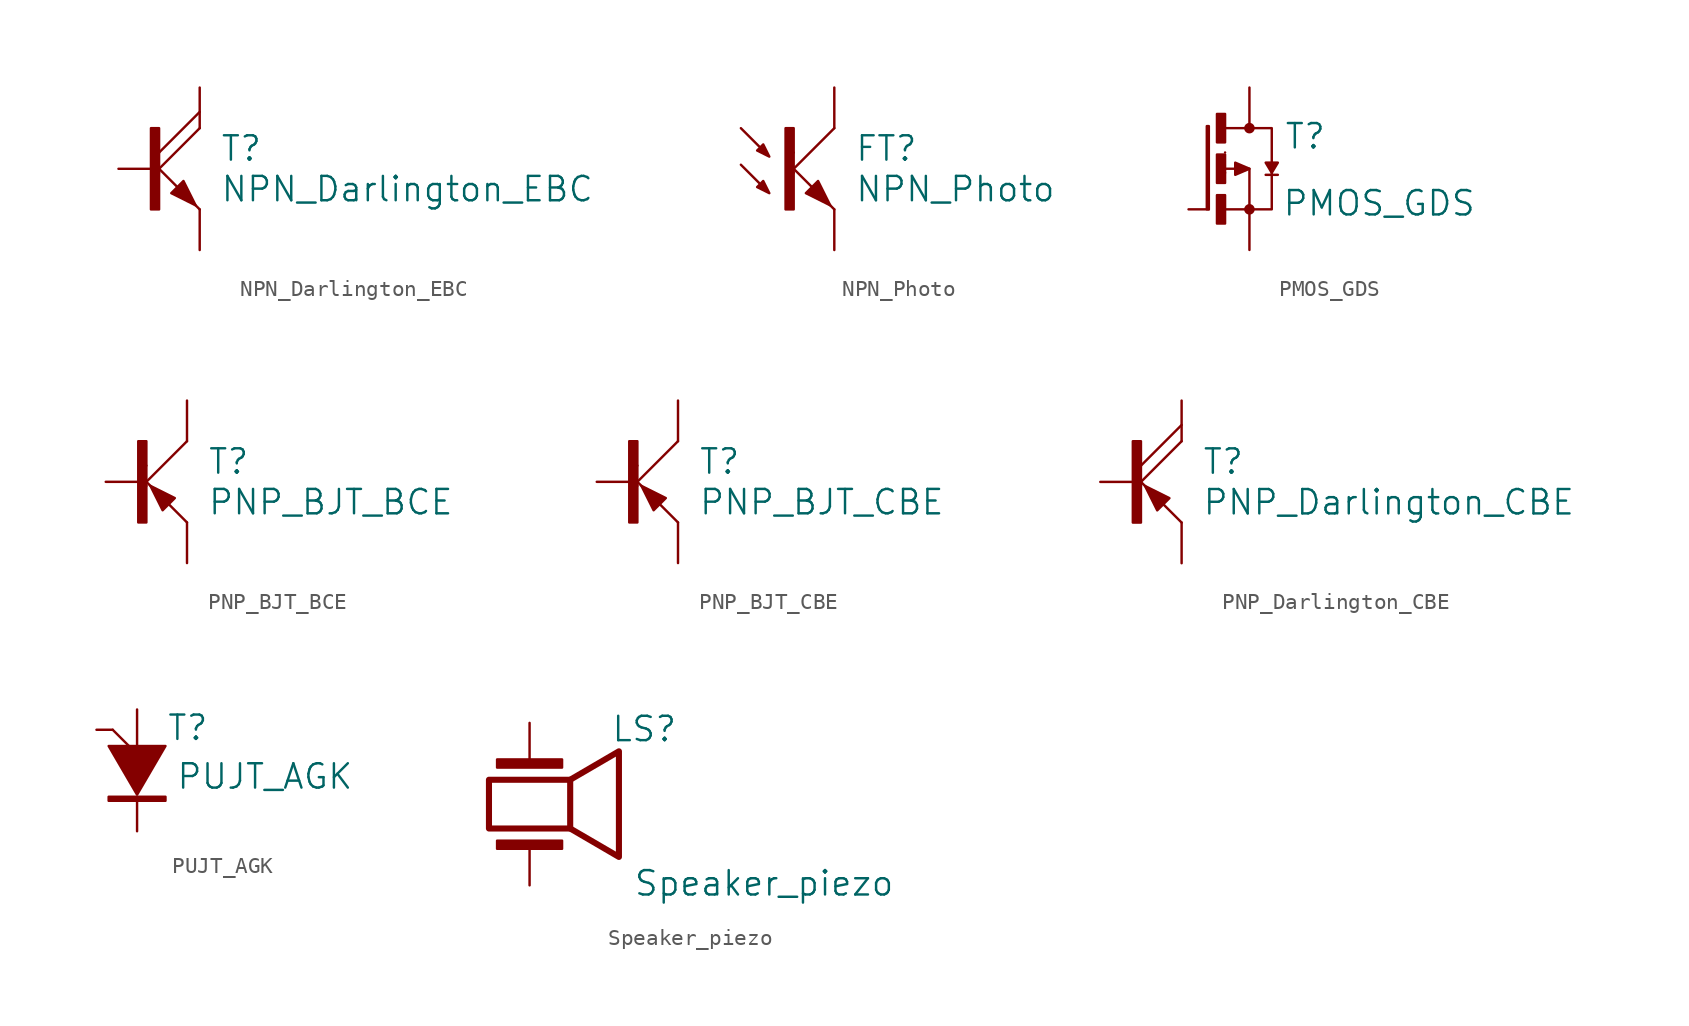
<source format=kicad_sym>
(kicad_symbol_lib
  (version 20211014)
  (generator kicad_symbol_editor)
  (symbol "NPN_Darlington_EBC"
    (pin_numbers hide)
    (pin_names
      (offset 0) hide)
    (property "Reference" "T"
      (at 3.81 1.27 0)
      (effects (font (size 1.524 1.524)) (justify left)))
    (property "Value" "NPN_Darlington_EBC"
      (at 3.81 -1.27 0)
      (effects (font (size 1.524 1.524)) (justify left)))
    (symbol "NPN_Darlington_EBC_0_1"
      (rectangle (start -0.508 2.54) (end 0 -2.54) (stroke (width 0) (type default) (color 0 0 0 0)) (fill (type outline)))
      (rectangle (start 0 -0.254) (end 0 -0.254) (stroke (width 0) (type default) (color 0 0 0 0)) (fill (type none)))
      (polyline (pts (xy 0 0) (xy 2.54 -2.54)) (stroke (width 0) (type default) (color 0 0 0 0)) (fill (type none)))
      (polyline (pts (xy 0 0) (xy 2.54 2.54)) (stroke (width 0) (type default) (color 0 0 0 0)) (fill (type none)))
      (polyline (pts (xy 0 1.016) (xy 2.54 3.556)) (stroke (width 0) (type default) (color 0 0 0 0)) (fill (type none)))
      (polyline (pts (xy 2.286 -2.286) (xy 1.524 -0.762) (xy 0.762 -1.524) (xy 2.286 -2.286)) (stroke (width 0) (type default) (color 0 0 0 0)) (fill (type outline)))
      (rectangle (start 0 1.016) (end 0 1.016) (stroke (width 0) (type default) (color 0 0 0 0)) (fill (type none))))
    (symbol "NPN_Darlington_EBC_1_1"
      (pin passive line (at 2.54 -5.08 90) (length 2.54) (name "E" (effects (font (size 1.27 1.27)))) (number "1" (effects (font (size 1.27 1.27)))))
      (pin input line (at -2.54 0 0) (length 2.54) (name "B" (effects (font (size 1.27 1.27)))) (number "2" (effects (font (size 1.27 1.27)))))
      (pin passive line (at 2.54 5.08 270) (length 2.54) (name "C" (effects (font (size 1.27 1.27)))) (number "3" (effects (font (size 1.27 1.27)))))))
  (symbol "NPN_Photo"
    (pin_numbers hide)
    (pin_names
      (offset 0) hide)
    (property "Reference" "FT"
      (at 3.81 1.27 0)
      (effects (font (size 1.524 1.524)) (justify left)))
    (property "Value" "NPN_Photo"
      (at 3.81 -1.27 0)
      (effects (font (size 1.524 1.524)) (justify left)))
    (symbol "NPN_Photo_0_1"
      (rectangle (start -0.508 2.54) (end 0 -2.54) (stroke (width 0) (type default) (color 0 0 0 0)) (fill (type outline)))
      (rectangle (start 0 -0.254) (end 0 -0.254) (stroke (width 0) (type default) (color 0 0 0 0)) (fill (type none)))
      (polyline (pts (xy -3.302 0.254) (xy -2.159 -0.889)) (stroke (width 0.152) (type default) (color 0 0 0 0)) (fill (type none)))
      (polyline (pts (xy -3.302 2.54) (xy -2.159 1.397)) (stroke (width 0.152) (type default) (color 0 0 0 0)) (fill (type none)))
      (polyline (pts (xy 0 0) (xy 2.54 -2.54)) (stroke (width 0) (type default) (color 0 0 0 0)) (fill (type none)))
      (polyline (pts (xy 0 0) (xy 2.54 2.54)) (stroke (width 0) (type default) (color 0 0 0 0)) (fill (type none)))
      (polyline (pts (xy -1.524 -1.524) (xy -1.905 -0.762) (xy -2.286 -1.143) (xy -1.524 -1.524)) (stroke (width 0) (type default) (color 0 0 0 0)) (fill (type outline)))
      (polyline (pts (xy -1.524 0.762) (xy -1.905 1.524) (xy -2.286 1.143) (xy -1.524 0.762)) (stroke (width 0) (type default) (color 0 0 0 0)) (fill (type outline)))
      (polyline (pts (xy 2.286 -2.286) (xy 1.524 -0.762) (xy 0.762 -1.524) (xy 2.286 -2.286)) (stroke (width 0) (type default) (color 0 0 0 0)) (fill (type outline)))
      (rectangle (start 0 1.016) (end 0 1.016) (stroke (width 0) (type default) (color 0 0 0 0)) (fill (type none))))
    (symbol "NPN_Photo_1_1"
      (pin passive line (at 2.54 5.08 270) (length 2.54) (name "C" (effects (font (size 1.27 1.27)))) (number "1" (effects (font (size 1.27 1.27)))))
      (pin passive line (at 2.54 -5.08 90) (length 2.54) (name "E" (effects (font (size 1.27 1.27)))) (number "2" (effects (font (size 1.27 1.27)))))))
  (symbol "PMOS_GDS"
    (pin_numbers hide)
    (pin_names
      (offset 0) hide)
    (property "Reference" "T"
      (at 2.159 2.032 0)
      (effects (font (size 1.524 1.524)) (justify left)))
    (property "Value" "PMOS_GDS"
      (at 2.032 -2.159 0)
      (effects (font (size 1.524 1.524)) (justify left)))
    (symbol "PMOS_GDS_0_1"
      (rectangle (start -2.667 2.667) (end -2.54 -2.54) (stroke (width 0) (type default) (color 0 0 0 0)) (fill (type outline)))
      (rectangle (start -2.032 -1.651) (end -1.524 -3.429) (stroke (width 0) (type default) (color 0 0 0 0)) (fill (type outline)))
      (rectangle (start -2.032 0.889) (end -1.524 -0.889) (stroke (width 0) (type default) (color 0 0 0 0)) (fill (type outline)))
      (rectangle (start -2.032 3.429) (end -1.524 1.651) (stroke (width 0) (type default) (color 0 0 0 0)) (fill (type outline)))
      (rectangle (start -1.524 -0.254) (end -1.524 -0.254) (stroke (width 0) (type default) (color 0 0 0 0)) (fill (type none)))
      (rectangle (start -1.524 1.016) (end -1.524 1.016) (stroke (width 0) (type default) (color 0 0 0 0)) (fill (type none)))
      (circle (center 0 -2.54) (radius 0.254) (stroke (width 0) (type default) (color 0 0 0 0)) (fill (type outline)))
      (polyline (pts (xy -1.524 0) (xy 0 0) (xy 0 -2.54)) (stroke (width 0) (type default) (color 0 0 0 0)) (fill (type none)))
      (polyline (pts (xy -1.524 2.54) (xy 1.397 2.54) (xy 1.397 -2.54) (xy -1.524 -2.54)) (stroke (width 0) (type default) (color 0 0 0 0)) (fill (type none)))
      (polyline (pts (xy 0 0) (xy -0.889 -0.381) (xy -0.889 0.381) (xy 0 0)) (stroke (width 0) (type default) (color 0 0 0 0)) (fill (type outline)))
      (polyline (pts (xy 1.397 -0.254) (xy 1.016 0.381) (xy 1.778 0.381) (xy 1.397 -0.254)) (stroke (width 0) (type default) (color 0 0 0 0)) (fill (type outline)))
      (circle (center 0 2.54) (radius 0.254) (stroke (width 0) (type default) (color 0 0 0 0)) (fill (type outline)))
      (rectangle (start 1.778 -0.381) (end 1.016 -0.381) (stroke (width 0) (type default) (color 0 0 0 0)) (fill (type none))))
    (symbol "PMOS_GDS_1_1"
      (pin input line (at -3.81 -2.54 0) (length 1.27) (name "G" (effects (font (size 1.27 1.27)))) (number "1" (effects (font (size 1.27 1.27)))))
      (pin passive line (at 0 5.08 270) (length 2.54) (name "D" (effects (font (size 1.27 1.27)))) (number "2" (effects (font (size 1.27 1.27)))))
      (pin passive line (at 0 -5.08 90) (length 2.54) (name "S" (effects (font (size 1.27 1.27)))) (number "3" (effects (font (size 1.27 1.27)))))))
  (symbol "PNP_BJT_BCE"
    (pin_numbers hide)
    (pin_names
      (offset 0) hide)
    (property "Reference" "T"
      (at 3.81 1.27 0)
      (effects (font (size 1.524 1.524)) (justify left)))
    (property "Value" "PNP_BJT_BCE"
      (at 3.81 -1.27 0)
      (effects (font (size 1.524 1.524)) (justify left)))
    (symbol "PNP_BJT_BCE_0_1"
      (rectangle (start -0.508 2.54) (end 0 -2.54) (stroke (width 0) (type default) (color 0 0 0 0)) (fill (type outline)))
      (rectangle (start 0 -0.254) (end 0 -0.254) (stroke (width 0) (type default) (color 0 0 0 0)) (fill (type none)))
      (polyline (pts (xy 0 0) (xy 2.54 -2.54)) (stroke (width 0) (type default) (color 0 0 0 0)) (fill (type none)))
      (polyline (pts (xy 0 0) (xy 2.54 2.54)) (stroke (width 0) (type default) (color 0 0 0 0)) (fill (type none)))
      (polyline (pts (xy 0.254 -0.254) (xy 1.016 -1.778) (xy 1.778 -1.016) (xy 0.254 -0.254)) (stroke (width 0) (type default) (color 0 0 0 0)) (fill (type outline)))
      (rectangle (start 0 1.016) (end 0 1.016) (stroke (width 0) (type default) (color 0 0 0 0)) (fill (type none))))
    (symbol "PNP_BJT_BCE_1_1"
      (pin input line (at -2.54 0 0) (length 2.54) (name "B" (effects (font (size 1.27 1.27)))) (number "1" (effects (font (size 1.27 1.27)))))
      (pin passive line (at 2.54 5.08 270) (length 2.54) (name "C" (effects (font (size 1.27 1.27)))) (number "2" (effects (font (size 1.27 1.27)))))
      (pin passive line (at 2.54 -5.08 90) (length 2.54) (name "E" (effects (font (size 1.27 1.27)))) (number "3" (effects (font (size 1.27 1.27)))))))
  (symbol "PNP_BJT_CBE"
    (pin_numbers hide)
    (pin_names
      (offset 0) hide)
    (property "Reference" "T"
      (at 3.81 1.27 0)
      (effects (font (size 1.524 1.524)) (justify left)))
    (property "Value" "PNP_BJT_CBE"
      (at 3.81 -1.27 0)
      (effects (font (size 1.524 1.524)) (justify left)))
    (symbol "PNP_BJT_CBE_0_1"
      (rectangle (start -0.508 2.54) (end 0 -2.54) (stroke (width 0) (type default) (color 0 0 0 0)) (fill (type outline)))
      (rectangle (start 0 -0.254) (end 0 -0.254) (stroke (width 0) (type default) (color 0 0 0 0)) (fill (type none)))
      (polyline (pts (xy 0 0) (xy 2.54 -2.54)) (stroke (width 0) (type default) (color 0 0 0 0)) (fill (type none)))
      (polyline (pts (xy 0 0) (xy 2.54 2.54)) (stroke (width 0) (type default) (color 0 0 0 0)) (fill (type none)))
      (polyline (pts (xy 0.254 -0.254) (xy 1.016 -1.778) (xy 1.778 -1.016) (xy 0.254 -0.254)) (stroke (width 0) (type default) (color 0 0 0 0)) (fill (type outline)))
      (rectangle (start 0 1.016) (end 0 1.016) (stroke (width 0) (type default) (color 0 0 0 0)) (fill (type none))))
    (symbol "PNP_BJT_CBE_1_1"
      (pin passive line (at 2.54 5.08 270) (length 2.54) (name "C" (effects (font (size 1.27 1.27)))) (number "1" (effects (font (size 1.27 1.27)))))
      (pin input line (at -2.54 0 0) (length 2.54) (name "B" (effects (font (size 1.27 1.27)))) (number "2" (effects (font (size 1.27 1.27)))))
      (pin passive line (at 2.54 -5.08 90) (length 2.54) (name "E" (effects (font (size 1.27 1.27)))) (number "3" (effects (font (size 1.27 1.27)))))))
  (symbol "PNP_Darlington_CBE"
    (pin_numbers hide)
    (pin_names
      (offset 0) hide)
    (property "Reference" "T"
      (at 3.81 1.27 0)
      (effects (font (size 1.524 1.524)) (justify left)))
    (property "Value" "PNP_Darlington_CBE"
      (at 3.81 -1.27 0)
      (effects (font (size 1.524 1.524)) (justify left)))
    (symbol "PNP_Darlington_CBE_0_1"
      (rectangle (start -0.508 2.54) (end 0 -2.54) (stroke (width 0) (type default) (color 0 0 0 0)) (fill (type outline)))
      (rectangle (start 0 -0.254) (end 0 -0.254) (stroke (width 0) (type default) (color 0 0 0 0)) (fill (type none)))
      (polyline (pts (xy 0 0) (xy 2.54 -2.54)) (stroke (width 0) (type default) (color 0 0 0 0)) (fill (type none)))
      (polyline (pts (xy 0 0) (xy 2.54 2.54)) (stroke (width 0) (type default) (color 0 0 0 0)) (fill (type none)))
      (polyline (pts (xy 0 1.016) (xy 2.54 3.556)) (stroke (width 0) (type default) (color 0 0 0 0)) (fill (type none)))
      (polyline (pts (xy 0.254 -0.254) (xy 1.016 -1.778) (xy 1.778 -1.016) (xy 0.254 -0.254)) (stroke (width 0) (type default) (color 0 0 0 0)) (fill (type outline)))
      (rectangle (start 0 1.016) (end 0 1.016) (stroke (width 0) (type default) (color 0 0 0 0)) (fill (type none))))
    (symbol "PNP_Darlington_CBE_1_1"
      (pin passive line (at 2.54 5.08 270) (length 2.54) (name "C" (effects (font (size 1.27 1.27)))) (number "1" (effects (font (size 1.27 1.27)))))
      (pin input line (at -2.54 0 0) (length 2.54) (name "B" (effects (font (size 1.27 1.27)))) (number "2" (effects (font (size 1.27 1.27)))))
      (pin passive line (at 2.54 -5.08 90) (length 2.54) (name "E" (effects (font (size 1.27 1.27)))) (number "3" (effects (font (size 1.27 1.27)))))))
  (symbol "PUJT_AGK"
    (pin_numbers hide)
    (pin_names
      (offset 0) hide)
    (property "Reference" "T"
      (at 3.175 2.667 0)
      (effects (font (size 1.524 1.524))))
    (property "Value" "PUJT_AGK"
      (at 8.001 -0.381 0)
      (effects (font (size 1.524 1.524))))
    (symbol "PUJT_AGK_0_1"
      (rectangle (start -1.778 -1.905) (end 1.778 -1.651) (stroke (width 0) (type default) (color 0 0 0 0)) (fill (type outline)))
      (polyline (pts (xy -0.254 1.27) (xy -1.524 2.54)) (stroke (width 0) (type default) (color 0 0 0 0)) (fill (type none)))
      (polyline (pts (xy 0 -1.524) (xy -1.778 1.524) (xy 1.778 1.524) (xy 0 -1.524)) (stroke (width 0) (type default) (color 0 0 0 0)) (fill (type outline))))
    (symbol "PUJT_AGK_1_1"
      (pin passive line (at 0 3.81 270) (length 2.54) (name "A" (effects (font (size 1.27 1.27)))) (number "1" (effects (font (size 1.27 1.27)))))
      (pin input line (at -2.54 2.54 0) (length 1.016) (name "G" (effects (font (size 1.27 1.27)))) (number "2" (effects (font (size 1.27 1.27)))))
      (pin passive line (at 0 -3.81 90) (length 2.032) (name "K" (effects (font (size 1.27 1.27)))) (number "3" (effects (font (size 1.27 1.27)))))))
  (symbol "Speaker_piezo"
    (pin_numbers hide)
    (pin_names
      (offset 0) hide)
    (property "Reference" "LS"
      (at 9.271 4.699 0)
      (effects (font (size 1.524 1.524)) (justify right)))
    (property "Value" "Speaker_piezo"
      (at 22.86 -4.953 0)
      (effects (font (size 1.524 1.524)) (justify right)))
    (symbol "Speaker_piezo_0_0"
      (rectangle (start -2.54 1.524) (end 2.54 -1.524) (stroke (width 0.381) (type default) (color 0 0 0 0)) (fill (type none)))
      (rectangle (start -2.032 -2.286) (end 2.032 -2.794) (stroke (width 0) (type default) (color 0 0 0 0)) (fill (type outline)))
      (rectangle (start -2.032 2.794) (end 2.032 2.286) (stroke (width 0) (type default) (color 0 0 0 0)) (fill (type outline))))
    (symbol "Speaker_piezo_0_1"
      (polyline (pts (xy 2.54 1.524) (xy 5.588 3.302) (xy 5.588 -3.302) (xy 2.54 -1.524)) (stroke (width 0.381) (type default) (color 0 0 0 0)) (fill (type none))))
    (symbol "Speaker_piezo_1_1"
      (pin passive line (at 0 5.08 270) (length 2.54) (name "1" (effects (font (size 1.27 1.27)))) (number "1" (effects (font (size 1.27 1.27)))))
      (pin passive line (at 0 -5.08 90) (length 2.54) (name "2" (effects (font (size 1.27 1.27)))) (number "2" (effects (font (size 1.27 1.27))))))))
</source>
